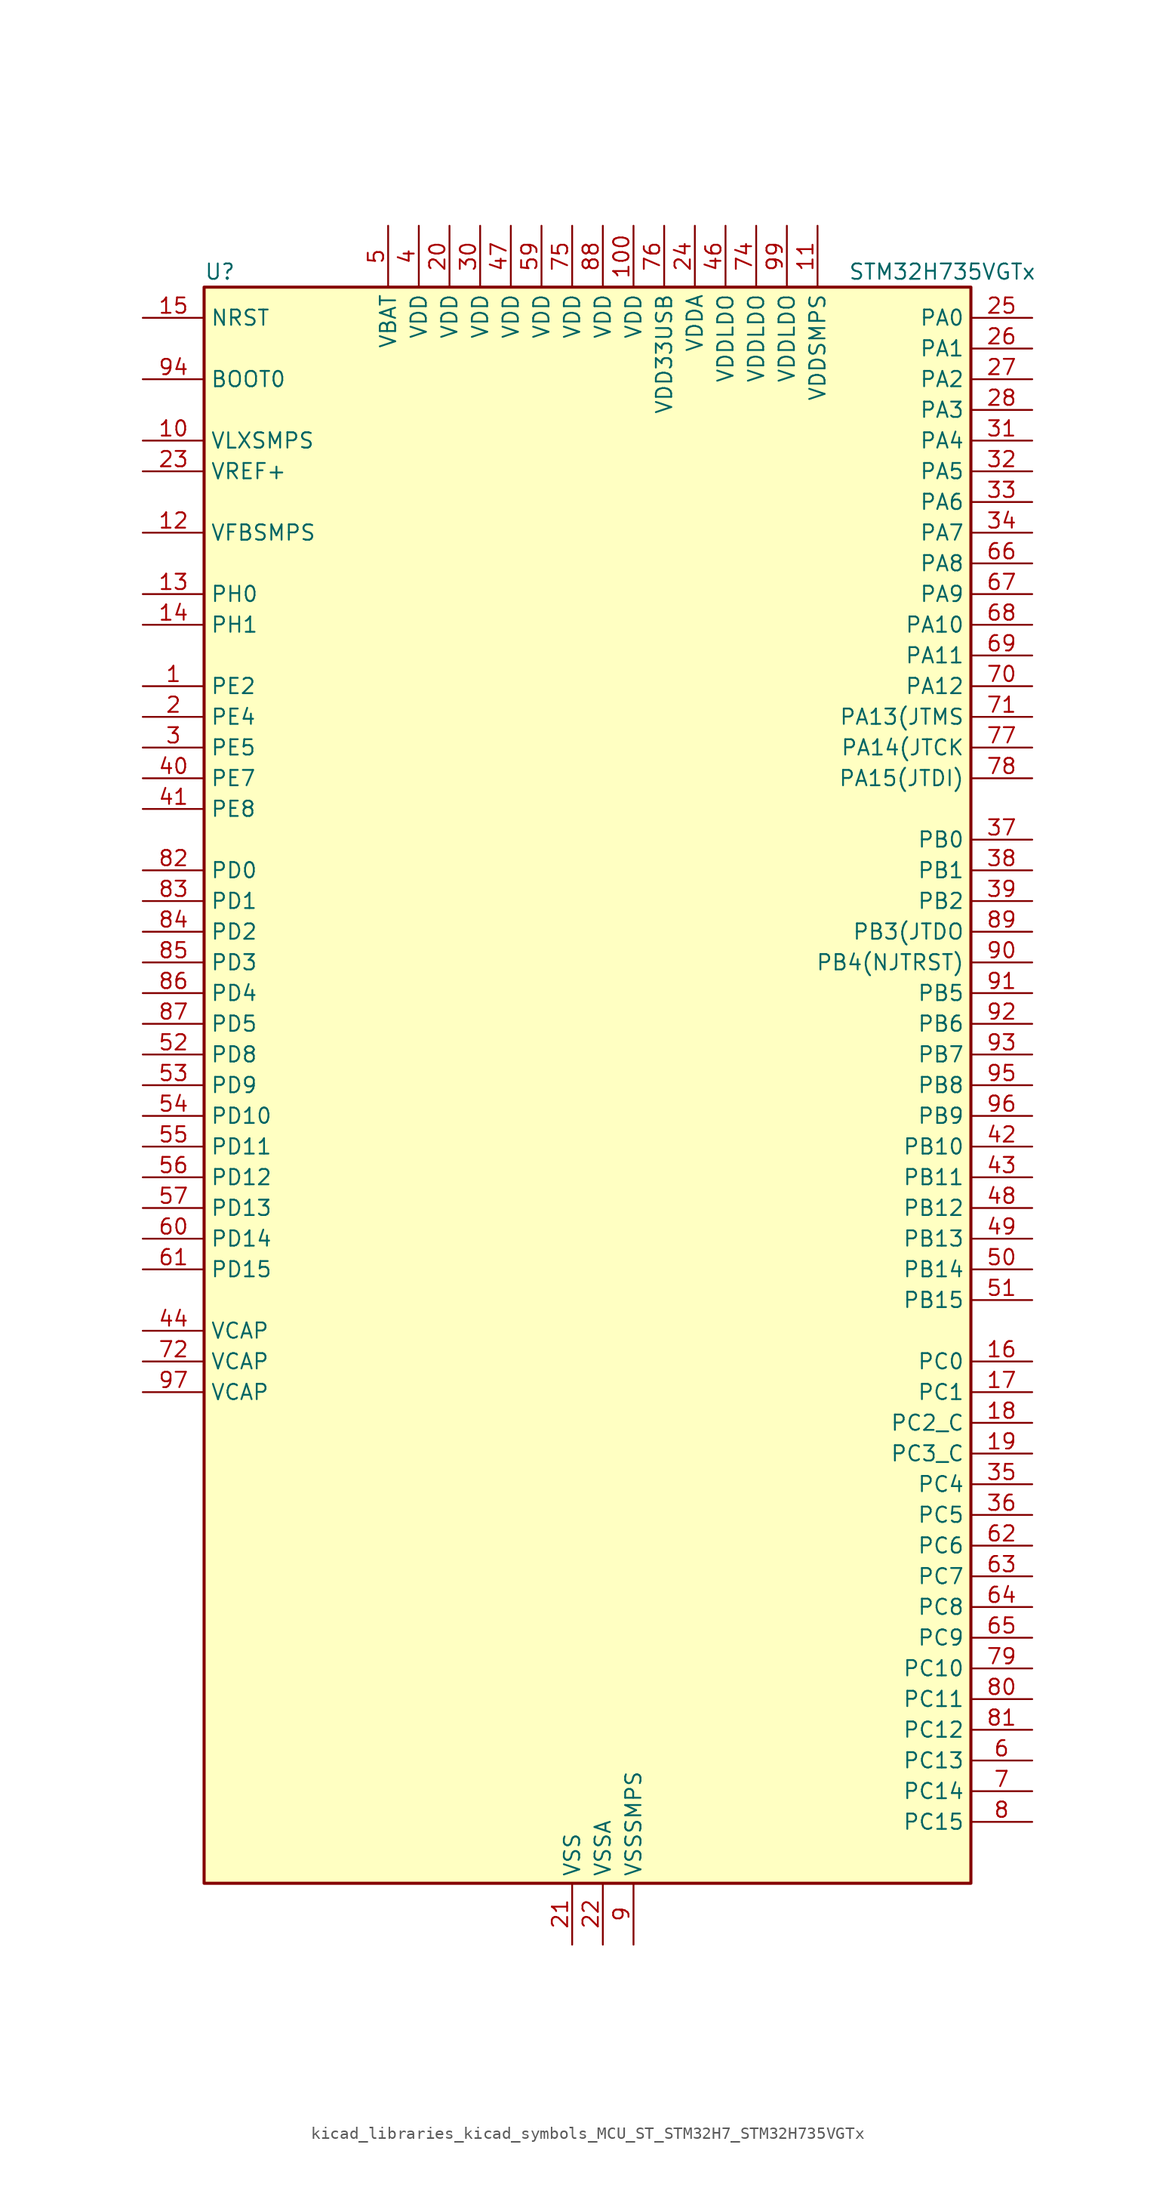
<source format=kicad_sym>
(kicad_symbol_lib
  (version 20220914)
  (generator kicad_symbol_editor)
  (symbol "kicad_libraries_kicad_symbols_MCU_ST_STM32H7_STM32H735VGTx"
    (property "Reference" "U"
      (at -30.48 67.31 0)
      (effects (font (size 1.27 1.27)) (justify left)))
    (property "Value" "STM32H735VGTx"
      (at 22.86 67.31 0)
      (effects (font (size 1.27 1.27)) (justify left)))
    (property "ki_locked" ""
      (at 0 0 0)
      (effects (font (size 1.27 1.27))))
    (symbol "kicad_libraries_kicad_symbols_MCU_ST_STM32H7_STM32H735VGTx_0_1"
      (rectangle (start -30.48 -66.04) (end 33.02 66.04) (stroke (width 0.254) (type default)) (fill (type background))))
    (symbol "kicad_libraries_kicad_symbols_MCU_ST_STM32H7_STM32H735VGTx_1_1"
      (pin bidirectional line (at -35.56 33.02 0) (length 5.08) (name "PE2" (effects (font (size 1.27 1.27)))) (number "1" (effects (font (size 1.27 1.27)))) (alternate "DEBUG_TRACECLK" bidirectional line) (alternate "ETH_TXD3" bidirectional line) (alternate "FMC_A23" bidirectional line) (alternate "OCTOSPIM_P1_IO2" bidirectional line) (alternate "SAI1_CK1" bidirectional line) (alternate "SAI1_MCLK_A" bidirectional line) (alternate "SAI4_CK1" bidirectional line) (alternate "SAI4_MCLK_A" bidirectional line) (alternate "SPI4_SCK" bidirectional line))
      (pin power_in line (at -35.56 53.34 0) (length 5.08) (name "VLXSMPS" (effects (font (size 1.27 1.27)))) (number "10" (effects (font (size 1.27 1.27)))))
      (pin power_in line (at 5.08 71.12 270) (length 5.08) (name "VDD" (effects (font (size 1.27 1.27)))) (number "100" (effects (font (size 1.27 1.27)))))
      (pin power_in line (at 20.32 71.12 270) (length 5.08) (name "VDDSMPS" (effects (font (size 1.27 1.27)))) (number "11" (effects (font (size 1.27 1.27)))))
      (pin input line (at -35.56 45.72 0) (length 5.08) (name "VFBSMPS" (effects (font (size 1.27 1.27)))) (number "12" (effects (font (size 1.27 1.27)))))
      (pin bidirectional line (at -35.56 40.64 0) (length 5.08) (name "PH0" (effects (font (size 1.27 1.27)))) (number "13" (effects (font (size 1.27 1.27)))) (alternate "RCC_OSC_IN" bidirectional line))
      (pin bidirectional line (at -35.56 38.1 0) (length 5.08) (name "PH1" (effects (font (size 1.27 1.27)))) (number "14" (effects (font (size 1.27 1.27)))) (alternate "RCC_OSC_OUT" bidirectional line))
      (pin input line (at -35.56 63.5 0) (length 5.08) (name "NRST" (effects (font (size 1.27 1.27)))) (number "15" (effects (font (size 1.27 1.27)))))
      (pin bidirectional line (at 38.1 -22.86 180) (length 5.08) (name "PC0" (effects (font (size 1.27 1.27)))) (number "16" (effects (font (size 1.27 1.27)))) (alternate "ADC1_INP10" bidirectional line) (alternate "ADC2_INP10" bidirectional line) (alternate "ADC3_INP10" bidirectional line) (alternate "DFSDM1_CKIN0" bidirectional line) (alternate "DFSDM1_DATIN4" bidirectional line) (alternate "FMC_A25" bidirectional line) (alternate "FMC_D12" bidirectional line) (alternate "FMC_DA12" bidirectional line) (alternate "FMC_SDNWE" bidirectional line) (alternate "LTDC_G2" bidirectional line) (alternate "LTDC_R5" bidirectional line) (alternate "SAI4_FS_B" bidirectional line) (alternate "USB_OTG_HS_ULPI_STP" bidirectional line))
      (pin bidirectional line (at 38.1 -25.4 180) (length 5.08) (name "PC1" (effects (font (size 1.27 1.27)))) (number "17" (effects (font (size 1.27 1.27)))) (alternate "ADC1_INN10" bidirectional line) (alternate "ADC1_INP11" bidirectional line) (alternate "ADC2_INN10" bidirectional line) (alternate "ADC2_INP11" bidirectional line) (alternate "ADC3_INN10" bidirectional line) (alternate "ADC3_INP11" bidirectional line) (alternate "DEBUG_TRACED0" bidirectional line) (alternate "DFSDM1_CKIN4" bidirectional line) (alternate "DFSDM1_DATIN0" bidirectional line) (alternate "ETH_MDC" bidirectional line) (alternate "I2S2_SDO" bidirectional line) (alternate "LTDC_G5" bidirectional line) (alternate "MDIOS_MDC" bidirectional line) (alternate "OCTOSPIM_P1_IO4" bidirectional line) (alternate "PWR_WKUP6" bidirectional line) (alternate "RTC_TAMP3" bidirectional line) (alternate "SAI1_D1" bidirectional line) (alternate "SAI1_SD_A" bidirectional line) (alternate "SAI4_D1" bidirectional line) (alternate "SAI4_SD_A" bidirectional line) (alternate "SDMMC2_CK" bidirectional line) (alternate "SPI2_MOSI" bidirectional line))
      (pin bidirectional line (at 38.1 -27.94 180) (length 5.08) (name "PC2_C" (effects (font (size 1.27 1.27)))) (number "18" (effects (font (size 1.27 1.27)))) (alternate "ADC3_INN1" bidirectional line) (alternate "ADC3_INP0" bidirectional line) (alternate "DFSDM1_CKIN1" bidirectional line) (alternate "DFSDM1_CKOUT" bidirectional line) (alternate "ETH_TXD2" bidirectional line) (alternate "FMC_SDNE0" bidirectional line) (alternate "I2S2_SDI" bidirectional line) (alternate "OCTOSPIM_P1_IO2" bidirectional line) (alternate "OCTOSPIM_P1_IO5" bidirectional line) (alternate "PWR_CSTOP" bidirectional line) (alternate "SPI2_MISO" bidirectional line) (alternate "USB_OTG_HS_ULPI_DIR" bidirectional line))
      (pin bidirectional line (at 38.1 -30.48 180) (length 5.08) (name "PC3_C" (effects (font (size 1.27 1.27)))) (number "19" (effects (font (size 1.27 1.27)))) (alternate "ADC3_INP1" bidirectional line) (alternate "DFSDM1_DATIN1" bidirectional line) (alternate "ETH_TX_CLK" bidirectional line) (alternate "FMC_SDCKE0" bidirectional line) (alternate "I2S2_SDO" bidirectional line) (alternate "OCTOSPIM_P1_IO0" bidirectional line) (alternate "OCTOSPIM_P1_IO6" bidirectional line) (alternate "PWR_CSLEEP" bidirectional line) (alternate "SPI2_MOSI" bidirectional line) (alternate "USB_OTG_HS_ULPI_NXT" bidirectional line))
      (pin bidirectional line (at -35.56 30.48 0) (length 5.08) (name "PE4" (effects (font (size 1.27 1.27)))) (number "2" (effects (font (size 1.27 1.27)))) (alternate "DCMI_D4" bidirectional line) (alternate "DEBUG_TRACED1" bidirectional line) (alternate "DFSDM1_DATIN3" bidirectional line) (alternate "FMC_A20" bidirectional line) (alternate "LTDC_B0" bidirectional line) (alternate "PSSI_D4" bidirectional line) (alternate "SAI1_D2" bidirectional line) (alternate "SAI1_FS_A" bidirectional line) (alternate "SAI4_D2" bidirectional line) (alternate "SAI4_FS_A" bidirectional line) (alternate "SPI4_NSS" bidirectional line) (alternate "TIM15_CH1N" bidirectional line))
      (pin power_in line (at -10.16 71.12 270) (length 5.08) (name "VDD" (effects (font (size 1.27 1.27)))) (number "20" (effects (font (size 1.27 1.27)))))
      (pin power_in line (at 0 -71.12 90) (length 5.08) (name "VSS" (effects (font (size 1.27 1.27)))) (number "21" (effects (font (size 1.27 1.27)))))
      (pin power_in line (at 2.54 -71.12 90) (length 5.08) (name "VSSA" (effects (font (size 1.27 1.27)))) (number "22" (effects (font (size 1.27 1.27)))))
      (pin input line (at -35.56 50.8 0) (length 5.08) (name "VREF+" (effects (font (size 1.27 1.27)))) (number "23" (effects (font (size 1.27 1.27)))) (alternate "VREFBUF_OUT" bidirectional line))
      (pin power_in line (at 10.16 71.12 270) (length 5.08) (name "VDDA" (effects (font (size 1.27 1.27)))) (number "24" (effects (font (size 1.27 1.27)))))
      (pin bidirectional line (at 38.1 63.5 180) (length 5.08) (name "PA0" (effects (font (size 1.27 1.27)))) (number "25" (effects (font (size 1.27 1.27)))) (alternate "ADC1_INP16" bidirectional line) (alternate "ETH_CRS" bidirectional line) (alternate "FMC_A19" bidirectional line) (alternate "I2S6_WS" bidirectional line) (alternate "PWR_WKUP1" bidirectional line) (alternate "SAI4_SD_B" bidirectional line) (alternate "SDMMC2_CMD" bidirectional line) (alternate "SPI6_NSS" bidirectional line) (alternate "TIM15_BKIN" bidirectional line) (alternate "TIM2_CH1" bidirectional line) (alternate "TIM2_ETR" bidirectional line) (alternate "TIM5_CH1" bidirectional line) (alternate "TIM8_ETR" bidirectional line) (alternate "UART4_TX" bidirectional line) (alternate "USART2_CTS" bidirectional line) (alternate "USART2_NSS" bidirectional line))
      (pin bidirectional line (at 38.1 60.96 180) (length 5.08) (name "PA1" (effects (font (size 1.27 1.27)))) (number "26" (effects (font (size 1.27 1.27)))) (alternate "ADC1_INN16" bidirectional line) (alternate "ADC1_INP17" bidirectional line) (alternate "ETH_REF_CLK" bidirectional line) (alternate "ETH_RX_CLK" bidirectional line) (alternate "LPTIM3_OUT" bidirectional line) (alternate "LTDC_R2" bidirectional line) (alternate "OCTOSPIM_P1_DQS" bidirectional line) (alternate "OCTOSPIM_P1_IO3" bidirectional line) (alternate "SAI4_MCLK_B" bidirectional line) (alternate "TIM15_CH1N" bidirectional line) (alternate "TIM2_CH2" bidirectional line) (alternate "TIM5_CH2" bidirectional line) (alternate "UART4_RX" bidirectional line) (alternate "USART2_DE" bidirectional line) (alternate "USART2_RTS" bidirectional line))
      (pin bidirectional line (at 38.1 58.42 180) (length 5.08) (name "PA2" (effects (font (size 1.27 1.27)))) (number "27" (effects (font (size 1.27 1.27)))) (alternate "ADC1_INP14" bidirectional line) (alternate "ADC2_INP14" bidirectional line) (alternate "ETH_MDIO" bidirectional line) (alternate "LPTIM4_OUT" bidirectional line) (alternate "LTDC_R1" bidirectional line) (alternate "MDIOS_MDIO" bidirectional line) (alternate "OCTOSPIM_P1_IO0" bidirectional line) (alternate "PWR_WKUP2" bidirectional line) (alternate "SAI4_SCK_B" bidirectional line) (alternate "TIM15_CH1" bidirectional line) (alternate "TIM2_CH3" bidirectional line) (alternate "TIM5_CH3" bidirectional line) (alternate "USART2_TX" bidirectional line))
      (pin bidirectional line (at 38.1 55.88 180) (length 5.08) (name "PA3" (effects (font (size 1.27 1.27)))) (number "28" (effects (font (size 1.27 1.27)))) (alternate "ADC1_INP15" bidirectional line) (alternate "ADC2_INP15" bidirectional line) (alternate "ETH_COL" bidirectional line) (alternate "I2S6_MCK" bidirectional line) (alternate "LPTIM5_OUT" bidirectional line) (alternate "LTDC_B2" bidirectional line) (alternate "LTDC_B5" bidirectional line) (alternate "OCTOSPIM_P1_CLK" bidirectional line) (alternate "OCTOSPIM_P1_IO2" bidirectional line) (alternate "TIM15_CH2" bidirectional line) (alternate "TIM2_CH4" bidirectional line) (alternate "TIM5_CH4" bidirectional line) (alternate "USART2_RX" bidirectional line) (alternate "USB_OTG_HS_ULPI_D0" bidirectional line))
      (pin passive line (at 0 -71.12 90) (length 5.08) hide (name "VSS" (effects (font (size 1.27 1.27)))) (number "29" (effects (font (size 1.27 1.27)))))
      (pin bidirectional line (at -35.56 27.94 0) (length 5.08) (name "PE5" (effects (font (size 1.27 1.27)))) (number "3" (effects (font (size 1.27 1.27)))) (alternate "DCMI_D6" bidirectional line) (alternate "DEBUG_TRACED2" bidirectional line) (alternate "DFSDM1_CKIN3" bidirectional line) (alternate "FMC_A21" bidirectional line) (alternate "LTDC_G0" bidirectional line) (alternate "PSSI_D6" bidirectional line) (alternate "SAI1_CK2" bidirectional line) (alternate "SAI1_SCK_A" bidirectional line) (alternate "SAI4_CK2" bidirectional line) (alternate "SAI4_SCK_A" bidirectional line) (alternate "SPI4_MISO" bidirectional line) (alternate "TIM15_CH1" bidirectional line))
      (pin power_in line (at -7.62 71.12 270) (length 5.08) (name "VDD" (effects (font (size 1.27 1.27)))) (number "30" (effects (font (size 1.27 1.27)))))
      (pin bidirectional line (at 38.1 53.34 180) (length 5.08) (name "PA4" (effects (font (size 1.27 1.27)))) (number "31" (effects (font (size 1.27 1.27)))) (alternate "ADC1_INP18" bidirectional line) (alternate "ADC2_INP18" bidirectional line) (alternate "DAC1_OUT1" bidirectional line) (alternate "DCMI_HSYNC" bidirectional line) (alternate "FMC_D8" bidirectional line) (alternate "FMC_DA8" bidirectional line) (alternate "I2S1_WS" bidirectional line) (alternate "I2S3_WS" bidirectional line) (alternate "I2S6_WS" bidirectional line) (alternate "LTDC_VSYNC" bidirectional line) (alternate "PSSI_DE" bidirectional line) (alternate "SPI1_NSS" bidirectional line) (alternate "SPI3_NSS" bidirectional line) (alternate "SPI6_NSS" bidirectional line) (alternate "TIM5_ETR" bidirectional line) (alternate "USART2_CK" bidirectional line))
      (pin bidirectional line (at 38.1 50.8 180) (length 5.08) (name "PA5" (effects (font (size 1.27 1.27)))) (number "32" (effects (font (size 1.27 1.27)))) (alternate "ADC1_INN18" bidirectional line) (alternate "ADC1_INP19" bidirectional line) (alternate "ADC2_INN18" bidirectional line) (alternate "ADC2_INP19" bidirectional line) (alternate "DAC1_OUT2" bidirectional line) (alternate "FMC_D9" bidirectional line) (alternate "FMC_DA9" bidirectional line) (alternate "I2S1_CK" bidirectional line) (alternate "I2S6_CK" bidirectional line) (alternate "LTDC_R4" bidirectional line) (alternate "PSSI_D14" bidirectional line) (alternate "PWR_NDSTOP2" bidirectional line) (alternate "SPI1_SCK" bidirectional line) (alternate "SPI6_SCK" bidirectional line) (alternate "TIM2_CH1" bidirectional line) (alternate "TIM2_ETR" bidirectional line) (alternate "TIM8_CH1N" bidirectional line) (alternate "USB_OTG_HS_ULPI_CK" bidirectional line))
      (pin bidirectional line (at 38.1 48.26 180) (length 5.08) (name "PA6" (effects (font (size 1.27 1.27)))) (number "33" (effects (font (size 1.27 1.27)))) (alternate "ADC1_INP3" bidirectional line) (alternate "ADC2_INP3" bidirectional line) (alternate "DCMI_PIXCLK" bidirectional line) (alternate "I2S1_SDI" bidirectional line) (alternate "I2S6_SDI" bidirectional line) (alternate "LTDC_G2" bidirectional line) (alternate "MDIOS_MDC" bidirectional line) (alternate "OCTOSPIM_P1_IO3" bidirectional line) (alternate "PSSI_PDCK" bidirectional line) (alternate "SPI1_MISO" bidirectional line) (alternate "SPI6_MISO" bidirectional line) (alternate "TIM13_CH1" bidirectional line) (alternate "TIM1_BKIN" bidirectional line) (alternate "TIM1_BKIN_COMP1" bidirectional line) (alternate "TIM1_BKIN_COMP2" bidirectional line) (alternate "TIM3_CH1" bidirectional line) (alternate "TIM8_BKIN" bidirectional line) (alternate "TIM8_BKIN_COMP1" bidirectional line) (alternate "TIM8_BKIN_COMP2" bidirectional line))
      (pin bidirectional line (at 38.1 45.72 180) (length 5.08) (name "PA7" (effects (font (size 1.27 1.27)))) (number "34" (effects (font (size 1.27 1.27)))) (alternate "ADC1_INN3" bidirectional line) (alternate "ADC1_INP7" bidirectional line) (alternate "ADC2_INN3" bidirectional line) (alternate "ADC2_INP7" bidirectional line) (alternate "ETH_CRS_DV" bidirectional line) (alternate "ETH_RX_DV" bidirectional line) (alternate "FMC_SDNWE" bidirectional line) (alternate "I2S1_SDO" bidirectional line) (alternate "I2S6_SDO" bidirectional line) (alternate "LTDC_VSYNC" bidirectional line) (alternate "OCTOSPIM_P1_IO2" bidirectional line) (alternate "OPAMP1_VINM" bidirectional line) (alternate "SPI1_MOSI" bidirectional line) (alternate "SPI6_MOSI" bidirectional line) (alternate "TIM14_CH1" bidirectional line) (alternate "TIM1_CH1N" bidirectional line) (alternate "TIM3_CH2" bidirectional line) (alternate "TIM8_CH1N" bidirectional line))
      (pin bidirectional line (at 38.1 -33.02 180) (length 5.08) (name "PC4" (effects (font (size 1.27 1.27)))) (number "35" (effects (font (size 1.27 1.27)))) (alternate "ADC1_INP4" bidirectional line) (alternate "ADC2_INP4" bidirectional line) (alternate "COMP1_INM" bidirectional line) (alternate "DFSDM1_CKIN2" bidirectional line) (alternate "ETH_RXD0" bidirectional line) (alternate "FMC_A22" bidirectional line) (alternate "FMC_SDNE0" bidirectional line) (alternate "I2S1_MCK" bidirectional line) (alternate "LTDC_R7" bidirectional line) (alternate "OPAMP1_VOUT" bidirectional line) (alternate "SDMMC2_CKIN" bidirectional line) (alternate "SPDIFRX1_IN2" bidirectional line))
      (pin bidirectional line (at 38.1 -35.56 180) (length 5.08) (name "PC5" (effects (font (size 1.27 1.27)))) (number "36" (effects (font (size 1.27 1.27)))) (alternate "ADC1_INN4" bidirectional line) (alternate "ADC1_INP8" bidirectional line) (alternate "ADC2_INN4" bidirectional line) (alternate "ADC2_INP8" bidirectional line) (alternate "COMP1_OUT" bidirectional line) (alternate "DFSDM1_DATIN2" bidirectional line) (alternate "ETH_RXD1" bidirectional line) (alternate "FMC_SDCKE0" bidirectional line) (alternate "LTDC_DE" bidirectional line) (alternate "OCTOSPIM_P1_DQS" bidirectional line) (alternate "OPAMP1_VINM" bidirectional line) (alternate "PSSI_D15" bidirectional line) (alternate "SAI1_D3" bidirectional line) (alternate "SAI4_D3" bidirectional line) (alternate "SPDIFRX1_IN3" bidirectional line))
      (pin bidirectional line (at 38.1 20.32 180) (length 5.08) (name "PB0" (effects (font (size 1.27 1.27)))) (number "37" (effects (font (size 1.27 1.27)))) (alternate "ADC1_INN5" bidirectional line) (alternate "ADC1_INP9" bidirectional line) (alternate "ADC2_INN5" bidirectional line) (alternate "ADC2_INP9" bidirectional line) (alternate "COMP1_INP" bidirectional line) (alternate "DFSDM1_CKOUT" bidirectional line) (alternate "ETH_RXD2" bidirectional line) (alternate "LTDC_G1" bidirectional line) (alternate "LTDC_R3" bidirectional line) (alternate "OCTOSPIM_P1_IO1" bidirectional line) (alternate "OPAMP1_VINP" bidirectional line) (alternate "TIM1_CH2N" bidirectional line) (alternate "TIM3_CH3" bidirectional line) (alternate "TIM8_CH2N" bidirectional line) (alternate "UART4_CTS" bidirectional line) (alternate "USB_OTG_HS_ULPI_D1" bidirectional line))
      (pin bidirectional line (at 38.1 17.78 180) (length 5.08) (name "PB1" (effects (font (size 1.27 1.27)))) (number "38" (effects (font (size 1.27 1.27)))) (alternate "ADC1_INP5" bidirectional line) (alternate "ADC2_INP5" bidirectional line) (alternate "COMP1_INM" bidirectional line) (alternate "DFSDM1_DATIN1" bidirectional line) (alternate "ETH_RXD3" bidirectional line) (alternate "LTDC_G0" bidirectional line) (alternate "LTDC_R6" bidirectional line) (alternate "OCTOSPIM_P1_IO0" bidirectional line) (alternate "TIM1_CH3N" bidirectional line) (alternate "TIM3_CH4" bidirectional line) (alternate "TIM8_CH3N" bidirectional line) (alternate "USB_OTG_HS_ULPI_D2" bidirectional line))
      (pin bidirectional line (at 38.1 15.24 180) (length 5.08) (name "PB2" (effects (font (size 1.27 1.27)))) (number "39" (effects (font (size 1.27 1.27)))) (alternate "COMP1_INP" bidirectional line) (alternate "DFSDM1_CKIN1" bidirectional line) (alternate "ETH_TX_ER" bidirectional line) (alternate "I2S3_SDO" bidirectional line) (alternate "OCTOSPIM_P1_CLK" bidirectional line) (alternate "OCTOSPIM_P1_DQS" bidirectional line) (alternate "RTC_OUT_ALARM" bidirectional line) (alternate "RTC_OUT_CALIB" bidirectional line) (alternate "SAI1_D1" bidirectional line) (alternate "SAI1_SD_A" bidirectional line) (alternate "SAI4_D1" bidirectional line) (alternate "SAI4_SD_A" bidirectional line) (alternate "SPI3_MOSI" bidirectional line) (alternate "TIM23_ETR" bidirectional line))
      (pin power_in line (at -12.7 71.12 270) (length 5.08) (name "VDD" (effects (font (size 1.27 1.27)))) (number "4" (effects (font (size 1.27 1.27)))))
      (pin bidirectional line (at -35.56 25.4 0) (length 5.08) (name "PE7" (effects (font (size 1.27 1.27)))) (number "40" (effects (font (size 1.27 1.27)))) (alternate "COMP2_INM" bidirectional line) (alternate "DFSDM1_DATIN2" bidirectional line) (alternate "FMC_D4" bidirectional line) (alternate "FMC_DA4" bidirectional line) (alternate "OCTOSPIM_P1_IO4" bidirectional line) (alternate "OPAMP2_VOUT" bidirectional line) (alternate "TIM1_ETR" bidirectional line) (alternate "UART7_RX" bidirectional line))
      (pin bidirectional line (at -35.56 22.86 0) (length 5.08) (name "PE8" (effects (font (size 1.27 1.27)))) (number "41" (effects (font (size 1.27 1.27)))) (alternate "COMP2_OUT" bidirectional line) (alternate "DFSDM1_CKIN2" bidirectional line) (alternate "FMC_D5" bidirectional line) (alternate "FMC_DA5" bidirectional line) (alternate "OCTOSPIM_P1_IO5" bidirectional line) (alternate "OPAMP2_VINM" bidirectional line) (alternate "TIM1_CH1N" bidirectional line) (alternate "UART7_TX" bidirectional line))
      (pin bidirectional line (at 38.1 -5.08 180) (length 5.08) (name "PB10" (effects (font (size 1.27 1.27)))) (number "42" (effects (font (size 1.27 1.27)))) (alternate "DFSDM1_DATIN7" bidirectional line) (alternate "ETH_RX_ER" bidirectional line) (alternate "I2C2_SCL" bidirectional line) (alternate "I2S2_CK" bidirectional line) (alternate "LPTIM2_IN1" bidirectional line) (alternate "LTDC_G4" bidirectional line) (alternate "OCTOSPIM_P1_NCS" bidirectional line) (alternate "SPI2_SCK" bidirectional line) (alternate "TIM2_CH3" bidirectional line) (alternate "USART3_TX" bidirectional line) (alternate "USB_OTG_HS_ULPI_D3" bidirectional line))
      (pin bidirectional line (at 38.1 -7.62 180) (length 5.08) (name "PB11" (effects (font (size 1.27 1.27)))) (number "43" (effects (font (size 1.27 1.27)))) (alternate "ADC1_EXTI11" bidirectional line) (alternate "ADC2_EXTI11" bidirectional line) (alternate "ADC3_EXTI11" bidirectional line) (alternate "DFSDM1_CKIN7" bidirectional line) (alternate "ETH_TX_EN" bidirectional line) (alternate "I2C2_SDA" bidirectional line) (alternate "LPTIM2_ETR" bidirectional line) (alternate "LTDC_G5" bidirectional line) (alternate "TIM2_CH4" bidirectional line) (alternate "USART3_RX" bidirectional line) (alternate "USB_OTG_HS_ULPI_D4" bidirectional line))
      (pin power_out line (at -35.56 -20.32 0) (length 5.08) (name "VCAP" (effects (font (size 1.27 1.27)))) (number "44" (effects (font (size 1.27 1.27)))))
      (pin passive line (at 0 -71.12 90) (length 5.08) hide (name "VSS" (effects (font (size 1.27 1.27)))) (number "45" (effects (font (size 1.27 1.27)))))
      (pin power_in line (at 12.7 71.12 270) (length 5.08) (name "VDDLDO" (effects (font (size 1.27 1.27)))) (number "46" (effects (font (size 1.27 1.27)))))
      (pin power_in line (at -5.08 71.12 270) (length 5.08) (name "VDD" (effects (font (size 1.27 1.27)))) (number "47" (effects (font (size 1.27 1.27)))))
      (pin bidirectional line (at 38.1 -10.16 180) (length 5.08) (name "PB12" (effects (font (size 1.27 1.27)))) (number "48" (effects (font (size 1.27 1.27)))) (alternate "DFSDM1_DATIN1" bidirectional line) (alternate "ETH_TXD0" bidirectional line) (alternate "FDCAN2_RX" bidirectional line) (alternate "I2C2_SMBA" bidirectional line) (alternate "I2S2_WS" bidirectional line) (alternate "OCTOSPIM_P1_IO0" bidirectional line) (alternate "OCTOSPIM_P1_NCLK" bidirectional line) (alternate "SPI2_NSS" bidirectional line) (alternate "TIM1_BKIN" bidirectional line) (alternate "TIM1_BKIN_COMP1" bidirectional line) (alternate "TIM1_BKIN_COMP2" bidirectional line) (alternate "UART5_RX" bidirectional line) (alternate "USART3_CK" bidirectional line) (alternate "USB_OTG_HS_ULPI_D5" bidirectional line))
      (pin bidirectional line (at 38.1 -12.7 180) (length 5.08) (name "PB13" (effects (font (size 1.27 1.27)))) (number "49" (effects (font (size 1.27 1.27)))) (alternate "DCMI_D2" bidirectional line) (alternate "DFSDM1_CKIN1" bidirectional line) (alternate "ETH_TXD1" bidirectional line) (alternate "FDCAN2_TX" bidirectional line) (alternate "I2S2_CK" bidirectional line) (alternate "LPTIM2_OUT" bidirectional line) (alternate "OCTOSPIM_P1_IO2" bidirectional line) (alternate "PSSI_D2" bidirectional line) (alternate "SDMMC1_D0" bidirectional line) (alternate "SPI2_SCK" bidirectional line) (alternate "TIM1_CH1N" bidirectional line) (alternate "UART5_TX" bidirectional line) (alternate "USART3_CTS" bidirectional line) (alternate "USART3_NSS" bidirectional line) (alternate "USB_OTG_HS_ULPI_D6" bidirectional line))
      (pin power_in line (at -15.24 71.12 270) (length 5.08) (name "VBAT" (effects (font (size 1.27 1.27)))) (number "5" (effects (font (size 1.27 1.27)))))
      (pin bidirectional line (at 38.1 -15.24 180) (length 5.08) (name "PB14" (effects (font (size 1.27 1.27)))) (number "50" (effects (font (size 1.27 1.27)))) (alternate "DFSDM1_DATIN2" bidirectional line) (alternate "FMC_D10" bidirectional line) (alternate "FMC_DA10" bidirectional line) (alternate "I2S2_SDI" bidirectional line) (alternate "LTDC_CLK" bidirectional line) (alternate "SDMMC2_D0" bidirectional line) (alternate "SPI2_MISO" bidirectional line) (alternate "TIM12_CH1" bidirectional line) (alternate "TIM1_CH2N" bidirectional line) (alternate "TIM8_CH2N" bidirectional line) (alternate "UART4_DE" bidirectional line) (alternate "UART4_RTS" bidirectional line) (alternate "USART1_TX" bidirectional line) (alternate "USART3_DE" bidirectional line) (alternate "USART3_RTS" bidirectional line))
      (pin bidirectional line (at 38.1 -17.78 180) (length 5.08) (name "PB15" (effects (font (size 1.27 1.27)))) (number "51" (effects (font (size 1.27 1.27)))) (alternate "ADC1_EXTI15" bidirectional line) (alternate "ADC2_EXTI15" bidirectional line) (alternate "ADC3_EXTI15" bidirectional line) (alternate "DFSDM1_CKIN2" bidirectional line) (alternate "FMC_D11" bidirectional line) (alternate "FMC_DA11" bidirectional line) (alternate "I2S2_SDO" bidirectional line) (alternate "LTDC_G7" bidirectional line) (alternate "RTC_REFIN" bidirectional line) (alternate "SDMMC2_D1" bidirectional line) (alternate "SPI2_MOSI" bidirectional line) (alternate "TIM12_CH2" bidirectional line) (alternate "TIM1_CH3N" bidirectional line) (alternate "TIM8_CH3N" bidirectional line) (alternate "UART4_CTS" bidirectional line) (alternate "USART1_RX" bidirectional line))
      (pin bidirectional line (at -35.56 2.54 0) (length 5.08) (name "PD8" (effects (font (size 1.27 1.27)))) (number "52" (effects (font (size 1.27 1.27)))) (alternate "DFSDM1_CKIN3" bidirectional line) (alternate "FMC_D13" bidirectional line) (alternate "FMC_DA13" bidirectional line) (alternate "SPDIFRX1_IN1" bidirectional line) (alternate "USART3_TX" bidirectional line))
      (pin bidirectional line (at -35.56 0 0) (length 5.08) (name "PD9" (effects (font (size 1.27 1.27)))) (number "53" (effects (font (size 1.27 1.27)))) (alternate "DAC1_EXTI9" bidirectional line) (alternate "DFSDM1_DATIN3" bidirectional line) (alternate "FMC_D14" bidirectional line) (alternate "FMC_DA14" bidirectional line) (alternate "USART3_RX" bidirectional line))
      (pin bidirectional line (at -35.56 -2.54 0) (length 5.08) (name "PD10" (effects (font (size 1.27 1.27)))) (number "54" (effects (font (size 1.27 1.27)))) (alternate "DFSDM1_CKOUT" bidirectional line) (alternate "FMC_D15" bidirectional line) (alternate "FMC_DA15" bidirectional line) (alternate "LTDC_B3" bidirectional line) (alternate "USART3_CK" bidirectional line))
      (pin bidirectional line (at -35.56 -5.08 0) (length 5.08) (name "PD11" (effects (font (size 1.27 1.27)))) (number "55" (effects (font (size 1.27 1.27)))) (alternate "ADC1_EXTI11" bidirectional line) (alternate "ADC2_EXTI11" bidirectional line) (alternate "ADC3_EXTI11" bidirectional line) (alternate "FMC_A16" bidirectional line) (alternate "FMC_CLE" bidirectional line) (alternate "I2C4_SMBA" bidirectional line) (alternate "LPTIM2_IN2" bidirectional line) (alternate "OCTOSPIM_P1_IO0" bidirectional line) (alternate "SAI4_SD_A" bidirectional line) (alternate "USART3_CTS" bidirectional line) (alternate "USART3_NSS" bidirectional line))
      (pin bidirectional line (at -35.56 -7.62 0) (length 5.08) (name "PD12" (effects (font (size 1.27 1.27)))) (number "56" (effects (font (size 1.27 1.27)))) (alternate "DCMI_D12" bidirectional line) (alternate "FDCAN3_RX" bidirectional line) (alternate "FMC_A17" bidirectional line) (alternate "FMC_ALE" bidirectional line) (alternate "I2C4_SCL" bidirectional line) (alternate "LPTIM1_IN1" bidirectional line) (alternate "LPTIM2_IN1" bidirectional line) (alternate "OCTOSPIM_P1_IO1" bidirectional line) (alternate "PSSI_D12" bidirectional line) (alternate "SAI4_FS_A" bidirectional line) (alternate "TIM4_CH1" bidirectional line) (alternate "USART3_DE" bidirectional line) (alternate "USART3_RTS" bidirectional line))
      (pin bidirectional line (at -35.56 -10.16 0) (length 5.08) (name "PD13" (effects (font (size 1.27 1.27)))) (number "57" (effects (font (size 1.27 1.27)))) (alternate "DCMI_D13" bidirectional line) (alternate "FDCAN3_TX" bidirectional line) (alternate "FMC_A18" bidirectional line) (alternate "I2C4_SDA" bidirectional line) (alternate "LPTIM1_OUT" bidirectional line) (alternate "OCTOSPIM_P1_IO3" bidirectional line) (alternate "PSSI_D13" bidirectional line) (alternate "SAI4_SCK_A" bidirectional line) (alternate "TIM4_CH2" bidirectional line) (alternate "UART9_DE" bidirectional line) (alternate "UART9_RTS" bidirectional line))
      (pin passive line (at 0 -71.12 90) (length 5.08) hide (name "VSS" (effects (font (size 1.27 1.27)))) (number "58" (effects (font (size 1.27 1.27)))))
      (pin power_in line (at -2.54 71.12 270) (length 5.08) (name "VDD" (effects (font (size 1.27 1.27)))) (number "59" (effects (font (size 1.27 1.27)))))
      (pin bidirectional line (at 38.1 -55.88 180) (length 5.08) (name "PC13" (effects (font (size 1.27 1.27)))) (number "6" (effects (font (size 1.27 1.27)))) (alternate "PWR_WKUP4" bidirectional line) (alternate "RTC_OUT_ALARM" bidirectional line) (alternate "RTC_OUT_CALIB" bidirectional line) (alternate "RTC_TAMP1" bidirectional line) (alternate "RTC_TS" bidirectional line))
      (pin bidirectional line (at -35.56 -12.7 0) (length 5.08) (name "PD14" (effects (font (size 1.27 1.27)))) (number "60" (effects (font (size 1.27 1.27)))) (alternate "FMC_D0" bidirectional line) (alternate "FMC_DA0" bidirectional line) (alternate "TIM4_CH3" bidirectional line) (alternate "UART9_RX" bidirectional line))
      (pin bidirectional line (at -35.56 -15.24 0) (length 5.08) (name "PD15" (effects (font (size 1.27 1.27)))) (number "61" (effects (font (size 1.27 1.27)))) (alternate "ADC1_EXTI15" bidirectional line) (alternate "ADC2_EXTI15" bidirectional line) (alternate "ADC3_EXTI15" bidirectional line) (alternate "FMC_D1" bidirectional line) (alternate "FMC_DA1" bidirectional line) (alternate "TIM4_CH4" bidirectional line) (alternate "UART9_TX" bidirectional line))
      (pin bidirectional line (at 38.1 -38.1 180) (length 5.08) (name "PC6" (effects (font (size 1.27 1.27)))) (number "62" (effects (font (size 1.27 1.27)))) (alternate "DCMI_D0" bidirectional line) (alternate "DFSDM1_CKIN3" bidirectional line) (alternate "FMC_NWAIT" bidirectional line) (alternate "I2S2_MCK" bidirectional line) (alternate "LTDC_HSYNC" bidirectional line) (alternate "PSSI_D0" bidirectional line) (alternate "SDMMC1_D0DIR" bidirectional line) (alternate "SDMMC1_D6" bidirectional line) (alternate "SDMMC2_D6" bidirectional line) (alternate "SWPMI1_IO" bidirectional line) (alternate "TIM3_CH1" bidirectional line) (alternate "TIM8_CH1" bidirectional line) (alternate "USART6_TX" bidirectional line))
      (pin bidirectional line (at 38.1 -40.64 180) (length 5.08) (name "PC7" (effects (font (size 1.27 1.27)))) (number "63" (effects (font (size 1.27 1.27)))) (alternate "DCMI_D1" bidirectional line) (alternate "DEBUG_TRGIO" bidirectional line) (alternate "DFSDM1_DATIN3" bidirectional line) (alternate "FMC_NE1" bidirectional line) (alternate "I2S3_MCK" bidirectional line) (alternate "LTDC_G6" bidirectional line) (alternate "PSSI_D1" bidirectional line) (alternate "SDMMC1_D123DIR" bidirectional line) (alternate "SDMMC1_D7" bidirectional line) (alternate "SDMMC2_D7" bidirectional line) (alternate "SWPMI1_TX" bidirectional line) (alternate "TIM3_CH2" bidirectional line) (alternate "TIM8_CH2" bidirectional line) (alternate "USART6_RX" bidirectional line))
      (pin bidirectional line (at 38.1 -43.18 180) (length 5.08) (name "PC8" (effects (font (size 1.27 1.27)))) (number "64" (effects (font (size 1.27 1.27)))) (alternate "DCMI_D2" bidirectional line) (alternate "DEBUG_TRACED1" bidirectional line) (alternate "FMC_INT" bidirectional line) (alternate "FMC_NCE" bidirectional line) (alternate "FMC_NE2" bidirectional line) (alternate "PSSI_D2" bidirectional line) (alternate "SDMMC1_D0" bidirectional line) (alternate "SWPMI1_RX" bidirectional line) (alternate "TIM3_CH3" bidirectional line) (alternate "TIM8_CH3" bidirectional line) (alternate "UART5_DE" bidirectional line) (alternate "UART5_RTS" bidirectional line) (alternate "USART6_CK" bidirectional line))
      (pin bidirectional line (at 38.1 -45.72 180) (length 5.08) (name "PC9" (effects (font (size 1.27 1.27)))) (number "65" (effects (font (size 1.27 1.27)))) (alternate "DAC1_EXTI9" bidirectional line) (alternate "DCMI_D3" bidirectional line) (alternate "I2C3_SDA" bidirectional line) (alternate "I2C5_SDA" bidirectional line) (alternate "I2S_CKIN" bidirectional line) (alternate "LTDC_B2" bidirectional line) (alternate "LTDC_G3" bidirectional line) (alternate "OCTOSPIM_P1_IO0" bidirectional line) (alternate "PSSI_D3" bidirectional line) (alternate "RCC_MCO_2" bidirectional line) (alternate "SDMMC1_D1" bidirectional line) (alternate "SWPMI1_SUSPEND" bidirectional line) (alternate "TIM3_CH4" bidirectional line) (alternate "TIM8_CH4" bidirectional line) (alternate "UART5_CTS" bidirectional line))
      (pin bidirectional line (at 38.1 43.18 180) (length 5.08) (name "PA8" (effects (font (size 1.27 1.27)))) (number "66" (effects (font (size 1.27 1.27)))) (alternate "I2C3_SCL" bidirectional line) (alternate "I2C5_SCL" bidirectional line) (alternate "LTDC_B3" bidirectional line) (alternate "LTDC_R6" bidirectional line) (alternate "RCC_MCO_1" bidirectional line) (alternate "TIM1_CH1" bidirectional line) (alternate "TIM8_BKIN2" bidirectional line) (alternate "TIM8_BKIN2_COMP1" bidirectional line) (alternate "TIM8_BKIN2_COMP2" bidirectional line) (alternate "UART7_RX" bidirectional line) (alternate "USART1_CK" bidirectional line) (alternate "USB_OTG_HS_SOF" bidirectional line))
      (pin bidirectional line (at 38.1 40.64 180) (length 5.08) (name "PA9" (effects (font (size 1.27 1.27)))) (number "67" (effects (font (size 1.27 1.27)))) (alternate "DAC1_EXTI9" bidirectional line) (alternate "DCMI_D0" bidirectional line) (alternate "ETH_TX_ER" bidirectional line) (alternate "I2C3_SMBA" bidirectional line) (alternate "I2C5_SMBA" bidirectional line) (alternate "I2S2_CK" bidirectional line) (alternate "LPUART1_TX" bidirectional line) (alternate "LTDC_R5" bidirectional line) (alternate "PSSI_D0" bidirectional line) (alternate "SPI2_SCK" bidirectional line) (alternate "TIM1_CH2" bidirectional line) (alternate "USART1_TX" bidirectional line) (alternate "USB_OTG_HS_VBUS" bidirectional line))
      (pin bidirectional line (at 38.1 38.1 180) (length 5.08) (name "PA10" (effects (font (size 1.27 1.27)))) (number "68" (effects (font (size 1.27 1.27)))) (alternate "DCMI_D1" bidirectional line) (alternate "LPUART1_RX" bidirectional line) (alternate "LTDC_B1" bidirectional line) (alternate "LTDC_B4" bidirectional line) (alternate "MDIOS_MDIO" bidirectional line) (alternate "PSSI_D1" bidirectional line) (alternate "TIM1_CH3" bidirectional line) (alternate "USART1_RX" bidirectional line) (alternate "USB_OTG_HS_ID" bidirectional line))
      (pin bidirectional line (at 38.1 35.56 180) (length 5.08) (name "PA11" (effects (font (size 1.27 1.27)))) (number "69" (effects (font (size 1.27 1.27)))) (alternate "ADC1_EXTI11" bidirectional line) (alternate "ADC2_EXTI11" bidirectional line) (alternate "ADC3_EXTI11" bidirectional line) (alternate "FDCAN1_RX" bidirectional line) (alternate "I2S2_WS" bidirectional line) (alternate "LPUART1_CTS" bidirectional line) (alternate "LTDC_R4" bidirectional line) (alternate "SPI2_NSS" bidirectional line) (alternate "TIM1_CH4" bidirectional line) (alternate "UART4_RX" bidirectional line) (alternate "USART1_CTS" bidirectional line) (alternate "USART1_NSS" bidirectional line) (alternate "USB_OTG_HS_DM" bidirectional line))
      (pin bidirectional line (at 38.1 -58.42 180) (length 5.08) (name "PC14" (effects (font (size 1.27 1.27)))) (number "7" (effects (font (size 1.27 1.27)))) (alternate "RCC_OSC32_IN" bidirectional line))
      (pin bidirectional line (at 38.1 33.02 180) (length 5.08) (name "PA12" (effects (font (size 1.27 1.27)))) (number "70" (effects (font (size 1.27 1.27)))) (alternate "FDCAN1_TX" bidirectional line) (alternate "I2S2_CK" bidirectional line) (alternate "LPUART1_DE" bidirectional line) (alternate "LPUART1_RTS" bidirectional line) (alternate "LTDC_R5" bidirectional line) (alternate "SAI4_FS_B" bidirectional line) (alternate "SPI2_SCK" bidirectional line) (alternate "TIM1_BKIN2" bidirectional line) (alternate "TIM1_ETR" bidirectional line) (alternate "UART4_TX" bidirectional line) (alternate "USART1_DE" bidirectional line) (alternate "USART1_RTS" bidirectional line) (alternate "USB_OTG_HS_DP" bidirectional line))
      (pin bidirectional line (at 38.1 30.48 180) (length 5.08) (name "PA13(JTMS" (effects (font (size 1.27 1.27)))) (number "71" (effects (font (size 1.27 1.27)))) (alternate "DEBUG_JTMS-SWDIO" bidirectional line))
      (pin power_out line (at -35.56 -22.86 0) (length 5.08) (name "VCAP" (effects (font (size 1.27 1.27)))) (number "72" (effects (font (size 1.27 1.27)))))
      (pin passive line (at 0 -71.12 90) (length 5.08) hide (name "VSS" (effects (font (size 1.27 1.27)))) (number "73" (effects (font (size 1.27 1.27)))))
      (pin power_in line (at 15.24 71.12 270) (length 5.08) (name "VDDLDO" (effects (font (size 1.27 1.27)))) (number "74" (effects (font (size 1.27 1.27)))))
      (pin power_in line (at 0 71.12 270) (length 5.08) (name "VDD" (effects (font (size 1.27 1.27)))) (number "75" (effects (font (size 1.27 1.27)))))
      (pin power_in line (at 7.62 71.12 270) (length 5.08) (name "VDD33USB" (effects (font (size 1.27 1.27)))) (number "76" (effects (font (size 1.27 1.27)))))
      (pin bidirectional line (at 38.1 27.94 180) (length 5.08) (name "PA14(JTCK" (effects (font (size 1.27 1.27)))) (number "77" (effects (font (size 1.27 1.27)))) (alternate "DEBUG_JTCK-SWCLK" bidirectional line))
      (pin bidirectional line (at 38.1 25.4 180) (length 5.08) (name "PA15(JTDI)" (effects (font (size 1.27 1.27)))) (number "78" (effects (font (size 1.27 1.27)))) (alternate "ADC1_EXTI15" bidirectional line) (alternate "ADC2_EXTI15" bidirectional line) (alternate "ADC3_EXTI15" bidirectional line) (alternate "CEC" bidirectional line) (alternate "DEBUG_JTDI" bidirectional line) (alternate "I2S1_WS" bidirectional line) (alternate "I2S3_WS" bidirectional line) (alternate "I2S6_WS" bidirectional line) (alternate "LTDC_B6" bidirectional line) (alternate "LTDC_R3" bidirectional line) (alternate "SPI1_NSS" bidirectional line) (alternate "SPI3_NSS" bidirectional line) (alternate "SPI6_NSS" bidirectional line) (alternate "TIM2_CH1" bidirectional line) (alternate "TIM2_ETR" bidirectional line) (alternate "UART4_DE" bidirectional line) (alternate "UART4_RTS" bidirectional line) (alternate "UART7_TX" bidirectional line))
      (pin bidirectional line (at 38.1 -48.26 180) (length 5.08) (name "PC10" (effects (font (size 1.27 1.27)))) (number "79" (effects (font (size 1.27 1.27)))) (alternate "DCMI_D8" bidirectional line) (alternate "DFSDM1_CKIN5" bidirectional line) (alternate "I2C5_SDA" bidirectional line) (alternate "I2S3_CK" bidirectional line) (alternate "LTDC_B1" bidirectional line) (alternate "LTDC_R2" bidirectional line) (alternate "OCTOSPIM_P1_IO1" bidirectional line) (alternate "PSSI_D8" bidirectional line) (alternate "SDMMC1_D2" bidirectional line) (alternate "SPI3_SCK" bidirectional line) (alternate "SWPMI1_RX" bidirectional line) (alternate "UART4_TX" bidirectional line) (alternate "USART3_TX" bidirectional line))
      (pin bidirectional line (at 38.1 -60.96 180) (length 5.08) (name "PC15" (effects (font (size 1.27 1.27)))) (number "8" (effects (font (size 1.27 1.27)))) (alternate "ADC1_EXTI15" bidirectional line) (alternate "ADC2_EXTI15" bidirectional line) (alternate "ADC3_EXTI15" bidirectional line) (alternate "RCC_OSC32_OUT" bidirectional line))
      (pin bidirectional line (at 38.1 -50.8 180) (length 5.08) (name "PC11" (effects (font (size 1.27 1.27)))) (number "80" (effects (font (size 1.27 1.27)))) (alternate "ADC1_EXTI11" bidirectional line) (alternate "ADC2_EXTI11" bidirectional line) (alternate "ADC3_EXTI11" bidirectional line) (alternate "DCMI_D4" bidirectional line) (alternate "DFSDM1_DATIN5" bidirectional line) (alternate "I2C5_SCL" bidirectional line) (alternate "I2S3_SDI" bidirectional line) (alternate "LTDC_B4" bidirectional line) (alternate "OCTOSPIM_P1_NCS" bidirectional line) (alternate "PSSI_D4" bidirectional line) (alternate "SDMMC1_D3" bidirectional line) (alternate "SPI3_MISO" bidirectional line) (alternate "UART4_RX" bidirectional line) (alternate "USART3_RX" bidirectional line))
      (pin bidirectional line (at 38.1 -53.34 180) (length 5.08) (name "PC12" (effects (font (size 1.27 1.27)))) (number "81" (effects (font (size 1.27 1.27)))) (alternate "DCMI_D9" bidirectional line) (alternate "DEBUG_TRACED3" bidirectional line) (alternate "FMC_D6" bidirectional line) (alternate "FMC_DA6" bidirectional line) (alternate "I2C5_SMBA" bidirectional line) (alternate "I2S3_SDO" bidirectional line) (alternate "I2S6_CK" bidirectional line) (alternate "LTDC_R6" bidirectional line) (alternate "PSSI_D9" bidirectional line) (alternate "SDMMC1_CK" bidirectional line) (alternate "SPI3_MOSI" bidirectional line) (alternate "SPI6_SCK" bidirectional line) (alternate "TIM15_CH1" bidirectional line) (alternate "UART5_TX" bidirectional line) (alternate "USART3_CK" bidirectional line))
      (pin bidirectional line (at -35.56 17.78 0) (length 5.08) (name "PD0" (effects (font (size 1.27 1.27)))) (number "82" (effects (font (size 1.27 1.27)))) (alternate "DFSDM1_CKIN6" bidirectional line) (alternate "FDCAN1_RX" bidirectional line) (alternate "FMC_D2" bidirectional line) (alternate "FMC_DA2" bidirectional line) (alternate "LTDC_B1" bidirectional line) (alternate "UART4_RX" bidirectional line) (alternate "UART9_CTS" bidirectional line))
      (pin bidirectional line (at -35.56 15.24 0) (length 5.08) (name "PD1" (effects (font (size 1.27 1.27)))) (number "83" (effects (font (size 1.27 1.27)))) (alternate "DFSDM1_DATIN6" bidirectional line) (alternate "FDCAN1_TX" bidirectional line) (alternate "FMC_D3" bidirectional line) (alternate "FMC_DA3" bidirectional line) (alternate "UART4_TX" bidirectional line))
      (pin bidirectional line (at -35.56 12.7 0) (length 5.08) (name "PD2" (effects (font (size 1.27 1.27)))) (number "84" (effects (font (size 1.27 1.27)))) (alternate "DCMI_D11" bidirectional line) (alternate "DEBUG_TRACED2" bidirectional line) (alternate "FMC_D7" bidirectional line) (alternate "FMC_DA7" bidirectional line) (alternate "LTDC_B2" bidirectional line) (alternate "LTDC_B7" bidirectional line) (alternate "PSSI_D11" bidirectional line) (alternate "SDMMC1_CMD" bidirectional line) (alternate "TIM15_BKIN" bidirectional line) (alternate "TIM3_ETR" bidirectional line) (alternate "UART5_RX" bidirectional line))
      (pin bidirectional line (at -35.56 10.16 0) (length 5.08) (name "PD3" (effects (font (size 1.27 1.27)))) (number "85" (effects (font (size 1.27 1.27)))) (alternate "DCMI_D5" bidirectional line) (alternate "DFSDM1_CKOUT" bidirectional line) (alternate "FMC_CLK" bidirectional line) (alternate "I2S2_CK" bidirectional line) (alternate "LTDC_G7" bidirectional line) (alternate "PSSI_D5" bidirectional line) (alternate "SPI2_SCK" bidirectional line) (alternate "USART2_CTS" bidirectional line) (alternate "USART2_NSS" bidirectional line))
      (pin bidirectional line (at -35.56 7.62 0) (length 5.08) (name "PD4" (effects (font (size 1.27 1.27)))) (number "86" (effects (font (size 1.27 1.27)))) (alternate "FMC_NOE" bidirectional line) (alternate "OCTOSPIM_P1_IO4" bidirectional line) (alternate "USART2_DE" bidirectional line) (alternate "USART2_RTS" bidirectional line))
      (pin bidirectional line (at -35.56 5.08 0) (length 5.08) (name "PD5" (effects (font (size 1.27 1.27)))) (number "87" (effects (font (size 1.27 1.27)))) (alternate "FMC_NWE" bidirectional line) (alternate "OCTOSPIM_P1_IO5" bidirectional line) (alternate "USART2_TX" bidirectional line))
      (pin power_in line (at 2.54 71.12 270) (length 5.08) (name "VDD" (effects (font (size 1.27 1.27)))) (number "88" (effects (font (size 1.27 1.27)))))
      (pin bidirectional line (at 38.1 12.7 180) (length 5.08) (name "PB3(JTDO" (effects (font (size 1.27 1.27)))) (number "89" (effects (font (size 1.27 1.27)))) (alternate "CRS_SYNC" bidirectional line) (alternate "DEBUG_JTDO-SWO" bidirectional line) (alternate "I2S1_CK" bidirectional line) (alternate "I2S3_CK" bidirectional line) (alternate "I2S6_CK" bidirectional line) (alternate "SDMMC2_D2" bidirectional line) (alternate "SPI1_SCK" bidirectional line) (alternate "SPI3_SCK" bidirectional line) (alternate "SPI6_SCK" bidirectional line) (alternate "TIM24_ETR" bidirectional line) (alternate "TIM2_CH2" bidirectional line) (alternate "UART7_RX" bidirectional line))
      (pin power_in line (at 5.08 -71.12 90) (length 5.08) (name "VSSSMPS" (effects (font (size 1.27 1.27)))) (number "9" (effects (font (size 1.27 1.27)))))
      (pin bidirectional line (at 38.1 10.16 180) (length 5.08) (name "PB4(NJTRST)" (effects (font (size 1.27 1.27)))) (number "90" (effects (font (size 1.27 1.27)))) (alternate "DEBUG_JTRST" bidirectional line) (alternate "I2S1_SDI" bidirectional line) (alternate "I2S2_WS" bidirectional line) (alternate "I2S3_SDI" bidirectional line) (alternate "I2S6_SDI" bidirectional line) (alternate "SDMMC2_D3" bidirectional line) (alternate "SPI1_MISO" bidirectional line) (alternate "SPI2_NSS" bidirectional line) (alternate "SPI3_MISO" bidirectional line) (alternate "SPI6_MISO" bidirectional line) (alternate "TIM16_BKIN" bidirectional line) (alternate "TIM3_CH1" bidirectional line) (alternate "UART7_TX" bidirectional line))
      (pin bidirectional line (at 38.1 7.62 180) (length 5.08) (name "PB5" (effects (font (size 1.27 1.27)))) (number "91" (effects (font (size 1.27 1.27)))) (alternate "DCMI_D10" bidirectional line) (alternate "ETH_PPS_OUT" bidirectional line) (alternate "FDCAN2_RX" bidirectional line) (alternate "FMC_SDCKE1" bidirectional line) (alternate "I2C1_SMBA" bidirectional line) (alternate "I2C4_SMBA" bidirectional line) (alternate "I2S1_SDO" bidirectional line) (alternate "I2S3_SDO" bidirectional line) (alternate "I2S6_SDO" bidirectional line) (alternate "LTDC_B5" bidirectional line) (alternate "PSSI_D10" bidirectional line) (alternate "SPI1_MOSI" bidirectional line) (alternate "SPI3_MOSI" bidirectional line) (alternate "SPI6_MOSI" bidirectional line) (alternate "TIM17_BKIN" bidirectional line) (alternate "TIM3_CH2" bidirectional line) (alternate "UART5_RX" bidirectional line) (alternate "USB_OTG_HS_ULPI_D7" bidirectional line))
      (pin bidirectional line (at 38.1 5.08 180) (length 5.08) (name "PB6" (effects (font (size 1.27 1.27)))) (number "92" (effects (font (size 1.27 1.27)))) (alternate "CEC" bidirectional line) (alternate "DCMI_D5" bidirectional line) (alternate "DFSDM1_DATIN5" bidirectional line) (alternate "FDCAN2_TX" bidirectional line) (alternate "FMC_SDNE1" bidirectional line) (alternate "I2C1_SCL" bidirectional line) (alternate "I2C4_SCL" bidirectional line) (alternate "LPUART1_TX" bidirectional line) (alternate "OCTOSPIM_P1_NCS" bidirectional line) (alternate "PSSI_D5" bidirectional line) (alternate "TIM16_CH1N" bidirectional line) (alternate "TIM4_CH1" bidirectional line) (alternate "UART5_TX" bidirectional line) (alternate "USART1_TX" bidirectional line))
      (pin bidirectional line (at 38.1 2.54 180) (length 5.08) (name "PB7" (effects (font (size 1.27 1.27)))) (number "93" (effects (font (size 1.27 1.27)))) (alternate "DCMI_VSYNC" bidirectional line) (alternate "DFSDM1_CKIN5" bidirectional line) (alternate "FMC_NL" bidirectional line) (alternate "I2C1_SDA" bidirectional line) (alternate "I2C4_SDA" bidirectional line) (alternate "LPUART1_RX" bidirectional line) (alternate "PSSI_RDY" bidirectional line) (alternate "PWR_PVD_IN" bidirectional line) (alternate "TIM17_CH1N" bidirectional line) (alternate "TIM4_CH2" bidirectional line) (alternate "USART1_RX" bidirectional line))
      (pin input line (at -35.56 58.42 0) (length 5.08) (name "BOOT0" (effects (font (size 1.27 1.27)))) (number "94" (effects (font (size 1.27 1.27)))))
      (pin bidirectional line (at 38.1 0 180) (length 5.08) (name "PB8" (effects (font (size 1.27 1.27)))) (number "95" (effects (font (size 1.27 1.27)))) (alternate "DCMI_D6" bidirectional line) (alternate "DFSDM1_CKIN7" bidirectional line) (alternate "ETH_TXD3" bidirectional line) (alternate "FDCAN1_RX" bidirectional line) (alternate "I2C1_SCL" bidirectional line) (alternate "I2C4_SCL" bidirectional line) (alternate "LTDC_B6" bidirectional line) (alternate "PSSI_D6" bidirectional line) (alternate "SDMMC1_CKIN" bidirectional line) (alternate "SDMMC1_D4" bidirectional line) (alternate "SDMMC2_D4" bidirectional line) (alternate "TIM16_CH1" bidirectional line) (alternate "TIM4_CH3" bidirectional line) (alternate "UART4_RX" bidirectional line))
      (pin bidirectional line (at 38.1 -2.54 180) (length 5.08) (name "PB9" (effects (font (size 1.27 1.27)))) (number "96" (effects (font (size 1.27 1.27)))) (alternate "DAC1_EXTI9" bidirectional line) (alternate "DCMI_D7" bidirectional line) (alternate "DFSDM1_DATIN7" bidirectional line) (alternate "FDCAN1_TX" bidirectional line) (alternate "I2C1_SDA" bidirectional line) (alternate "I2C4_SDA" bidirectional line) (alternate "I2C4_SMBA" bidirectional line) (alternate "I2S2_WS" bidirectional line) (alternate "LTDC_B7" bidirectional line) (alternate "PSSI_D7" bidirectional line) (alternate "SDMMC1_CDIR" bidirectional line) (alternate "SDMMC1_D5" bidirectional line) (alternate "SDMMC2_D5" bidirectional line) (alternate "SPI2_NSS" bidirectional line) (alternate "TIM17_CH1" bidirectional line) (alternate "TIM4_CH4" bidirectional line) (alternate "UART4_TX" bidirectional line))
      (pin power_out line (at -35.56 -25.4 0) (length 5.08) (name "VCAP" (effects (font (size 1.27 1.27)))) (number "97" (effects (font (size 1.27 1.27)))))
      (pin passive line (at 0 -71.12 90) (length 5.08) hide (name "VSS" (effects (font (size 1.27 1.27)))) (number "98" (effects (font (size 1.27 1.27)))))
      (pin power_in line (at 17.78 71.12 270) (length 5.08) (name "VDDLDO" (effects (font (size 1.27 1.27)))) (number "99" (effects (font (size 1.27 1.27))))))))
</source>
